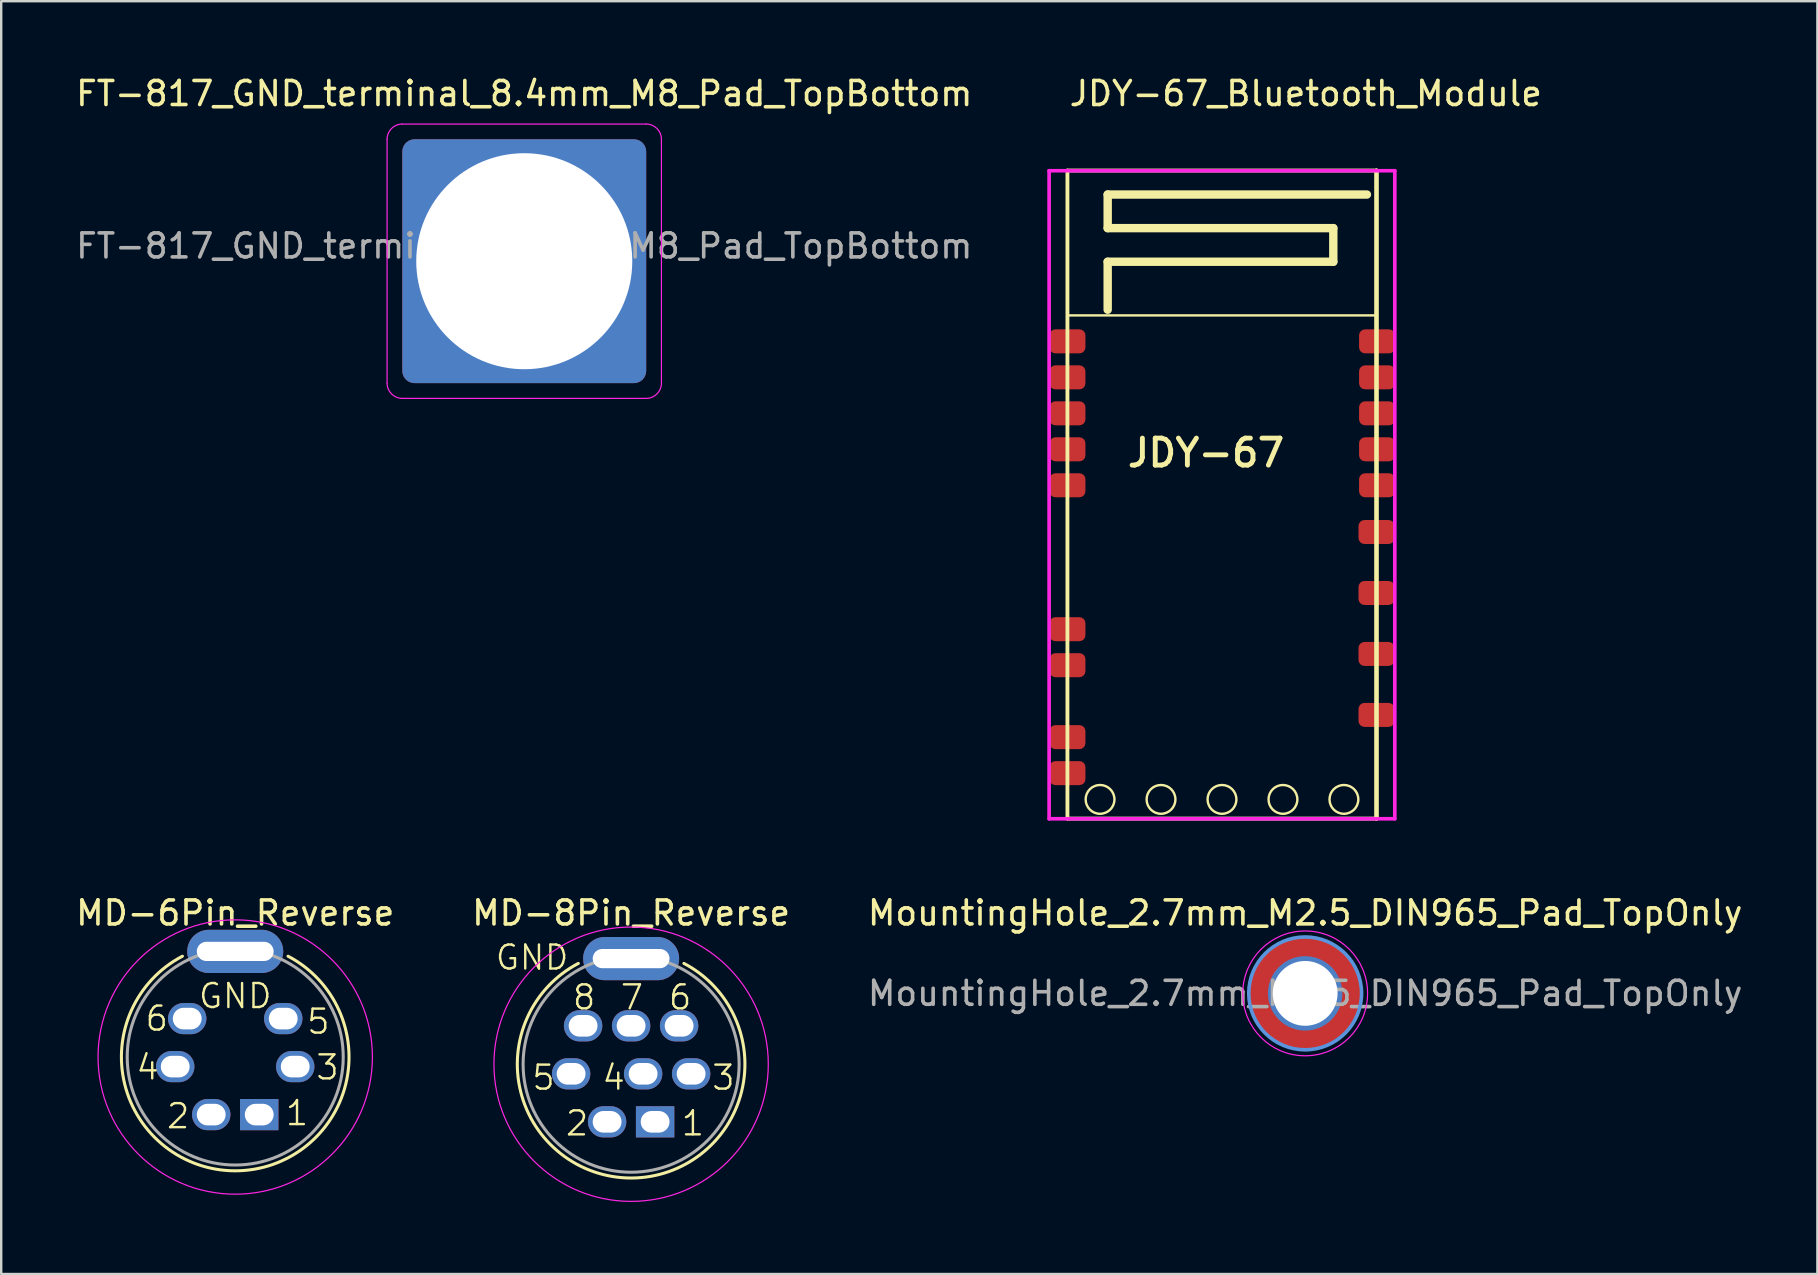
<source format=kicad_pcb>
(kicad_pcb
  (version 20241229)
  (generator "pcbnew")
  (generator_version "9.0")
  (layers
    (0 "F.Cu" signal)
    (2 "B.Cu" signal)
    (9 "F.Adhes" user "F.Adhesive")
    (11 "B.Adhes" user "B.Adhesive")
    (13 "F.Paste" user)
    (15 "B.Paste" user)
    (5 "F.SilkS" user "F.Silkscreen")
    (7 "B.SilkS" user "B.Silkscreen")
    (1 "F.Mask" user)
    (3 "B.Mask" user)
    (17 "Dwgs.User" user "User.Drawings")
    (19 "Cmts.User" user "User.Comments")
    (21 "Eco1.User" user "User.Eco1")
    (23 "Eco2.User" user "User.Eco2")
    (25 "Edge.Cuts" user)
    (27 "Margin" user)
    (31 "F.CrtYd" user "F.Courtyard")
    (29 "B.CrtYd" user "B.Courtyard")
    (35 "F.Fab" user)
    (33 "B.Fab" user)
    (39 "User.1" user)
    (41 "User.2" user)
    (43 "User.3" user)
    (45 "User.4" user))
  (footprint "MD-8Pin_Reverse"
    (layer "F.Cu")
    (at 23.244 41.288)
    (property "Reference" "MD-8Pin_Reverse" (at 0 -6.3 180) (layer "F.SilkS") (effects (font (size 1 1) (thickness 0.15))))
    (attr through_hole)
    (fp_arc (start 2.2 -4.199999) (mid 0 4.741307) (end -2.2 -4.199999) (stroke (width 0.127) (type default)) (layer "F.SilkS"))
    (fp_circle (center 0 0) (end 5.715 0) (stroke (width 0.05) (type default)) (fill no) (layer "F.CrtYd"))
    (fp_circle (center 0 0) (end 4.5 0) (stroke (width 0.127) (type default)) (fill no) (layer "F.Fab"))
    (fp_text user "3" (at 3.302 1.143 0) (unlocked yes) (layer "F.SilkS") (effects (font (size 1 1) (thickness 0.1)) (justify left bottom)))
    (fp_text user "8" (at -2.5 -2.2 0) (unlocked yes) (layer "F.SilkS") (effects (font (size 1 1) (thickness 0.1)) (justify left bottom)))
    (fp_text user "6" (at 1.5 -2.2 0) (unlocked yes) (layer "F.SilkS") (effects (font (size 1 1) (thickness 0.1)) (justify left bottom)))
    (fp_text user "1" (at 2.032 3.048 0) (unlocked yes) (layer "F.SilkS") (effects (font (size 1 1) (thickness 0.1)) (justify left bottom)))
    (fp_text user "4" (at -1.27 1.143 0) (unlocked yes) (layer "F.SilkS") (effects (font (size 1 1) (thickness 0.1)) (justify left bottom)))
    (fp_text user "2" (at -2.794 3.048 0) (unlocked yes) (layer "F.SilkS") (effects (font (size 1 1) (thickness 0.1)) (justify left bottom)))
    (fp_text user "7" (at -0.508 -2.2 0) (unlocked yes) (layer "F.SilkS") (effects (font (size 1 1) (thickness 0.1)) (justify left bottom)))
    (fp_text user "5" (at -4.191 1.143 0) (unlocked yes) (layer "F.SilkS") (effects (font (size 1 1) (thickness 0.1)) (justify left bottom)))
    (fp_text user "GND" (at -5.715 -4.445 0) (unlocked yes) (layer "F.SilkS") (effects (font (size 1 1) (thickness 0.1)) (justify left)))
    (pad "1" thru_hole rect (at 1 2.4) (size 1.6 1.3) (drill oval 1.2 0.9) (layers "*.Cu" "*.Mask"))
    (pad "2" thru_hole oval (at -1 2.4) (size 1.6 1.3) (drill oval 1.2 0.9) (layers "*.Cu" "*.Mask"))
    (pad "3" thru_hole oval (at 2.5 0.4) (size 1.6 1.3) (drill oval 1.2 0.9) (layers "*.Cu" "*.Mask"))
    (pad "4" thru_hole oval (at 0.5 0.4) (size 1.6 1.3) (drill oval 1.2 0.9) (layers "*.Cu" "*.Mask"))
    (pad "5" thru_hole oval (at -2.5 0.4) (size 1.6 1.3) (drill oval 1.2 0.9) (layers "*.Cu" "*.Mask"))
    (pad "6" thru_hole oval (at 2 -1.6) (size 1.6 1.3) (drill oval 1.2 0.9) (layers "*.Cu" "*.Mask"))
    (pad "7" thru_hole oval (at 0 -1.6) (size 1.6 1.3) (drill oval 1.2 0.9) (layers "*.Cu" "*.Mask"))
    (pad "8" thru_hole oval (at -2 -1.6) (size 1.6 1.3) (drill oval 1.2 0.9) (layers "*.Cu" "*.Mask"))
    (pad "9" thru_hole oval (at 0 -4.4) (size 4 1.8) (drill oval 3.2 0.8) (layers "*.Cu" "*.Mask")))
  (footprint "MD-6Pin_Reverse"
    (layer "F.Cu")
    (at 6.75 40.988)
    (property "Reference" "MD-6Pin_Reverse" (at 0 -6 0) (layer "F.SilkS") (effects (font (size 1.001 1.001) (thickness 0.15))))
    (attr through_hole)
    (fp_arc (start 2.2 -4.199999) (mid 0 4.741307) (end -2.2 -4.199999) (stroke (width 0.127) (type default)) (layer "F.SilkS"))
    (fp_circle (center 0 0) (end 5.715 0) (stroke (width 0.05) (type default)) (fill no) (layer "F.CrtYd"))
    (fp_circle (center 0 0) (end 4.5 0) (stroke (width 0.127) (type default)) (fill no) (layer "F.Fab"))
    (fp_text user "1" (at 2.032 2.921 0) (unlocked yes) (layer "F.SilkS") (effects (font (size 1 1) (thickness 0.1)) (justify left bottom)))
    (fp_text user "GND" (at 0 -2.54 0) (unlocked yes) (layer "F.SilkS") (effects (font (size 1 1) (thickness 0.1))))
    (fp_text user "3" (at 3.302 1.016 0) (unlocked yes) (layer "F.SilkS") (effects (font (size 1 1) (thickness 0.1)) (justify left bottom)))
    (fp_text user "2" (at -2.921 3.048 0) (unlocked yes) (layer "F.SilkS") (effects (font (size 1 1) (thickness 0.1)) (justify left bottom)))
    (fp_text user "5" (at 2.921 -0.889 0) (unlocked yes) (layer "F.SilkS") (effects (font (size 1 1) (thickness 0.1)) (justify left bottom)))
    (fp_text user "6" (at -3.81 -1.016 0) (unlocked yes) (layer "F.SilkS") (effects (font (size 1 1) (thickness 0.1)) (justify left bottom)))
    (fp_text user "4" (at -4.191 1.016 0) (unlocked yes) (layer "F.SilkS") (effects (font (size 1 1) (thickness 0.1)) (justify left bottom)))
    (pad "1" thru_hole rect (at 1 2.4) (size 1.6 1.3) (drill oval 1.2 0.9) (layers "*.Cu" "*.Mask"))
    (pad "2" thru_hole oval (at -1 2.4) (size 1.6 1.3) (drill oval 1.2 0.9) (layers "*.Cu" "*.Mask"))
    (pad "3" thru_hole oval (at 2.5 0.4) (size 1.6 1.3) (drill oval 1.2 0.9) (layers "*.Cu" "*.Mask"))
    (pad "4" thru_hole oval (at -2.5 0.4) (size 1.6 1.3) (drill oval 1.2 0.9) (layers "*.Cu" "*.Mask"))
    (pad "5" thru_hole oval (at 2 -1.6) (size 1.6 1.3) (drill oval 1.2 0.9) (layers "*.Cu" "*.Mask"))
    (pad "6" thru_hole oval (at -2 -1.6) (size 1.6 1.3) (drill oval 1.2 0.9) (layers "*.Cu" "*.Mask"))
    (pad "7" thru_hole oval (at 0 -4.4) (size 4 1.8) (drill oval 3.2 0.8) (layers "*.Cu" "*.Mask")))
  (footprint "JDY-67_Bluetooth_Module"
    (layer "F.Cu")
    (at 41.422 4.055)
    (property "Reference" "JDY-67_Bluetooth_Module" (at 0 -3.207 0) (layer "F.SilkS") (effects (font (size 1 1) (thickness 0.15)) (justify left)))
    (attr through_hole)
    (fp_line (start 0 6.036) (end 12.877 6.036) (stroke (width 0.1) (type solid)) (layer "F.SilkS"))
    (fp_line (start 0 27) (end 0 0) (stroke (width 0.16) (type solid)) (layer "F.SilkS"))
    (fp_line (start 1.677 1) (end 1.677 2.4) (stroke (width 0.35) (type solid)) (layer "F.SilkS"))
    (fp_line (start 1.677 2.4) (end 11.077 2.4) (stroke (width 0.35) (type solid)) (layer "F.SilkS"))
    (fp_line (start 1.677 3.8) (end 1.677 5.8) (stroke (width 0.35) (type solid)) (layer "F.SilkS"))
    (fp_line (start 11.077 2.4) (end 11.077 3.8) (stroke (width 0.35) (type solid)) (layer "F.SilkS"))
    (fp_line (start 11.077 3.8) (end 1.677 3.8) (stroke (width 0.35) (type solid)) (layer "F.SilkS"))
    (fp_line (start 12.477 1) (end 1.677 1) (stroke (width 0.35) (type solid)) (layer "F.SilkS"))
    (fp_line (start 12.877 0) (end 0 0) (stroke (width 0.16) (type solid)) (layer "F.SilkS"))
    (fp_line (start 12.877 0) (end 12.877 27) (stroke (width 0.16) (type solid)) (layer "F.SilkS"))
    (fp_line (start 12.877 27) (end 0 27) (stroke (width 0.16) (type solid)) (layer "F.SilkS"))
    (fp_line (start 12.877 27) (end 12.877 0) (stroke (width 0.16) (type solid)) (layer "F.SilkS"))
    (fp_line (start 12.877 27) (end 12.877 0) (stroke (width 0.16) (type solid)) (layer "F.SilkS"))
    (fp_circle (center 1.359 26.2) (end 1.959 26.2) (stroke (width 0.1) (type solid)) (fill no) (layer "F.SilkS"))
    (fp_circle (center 3.899 26.2) (end 4.499 26.2) (stroke (width 0.1) (type solid)) (fill no) (layer "F.SilkS"))
    (fp_circle (center 6.439 26.2) (end 7.039 26.2) (stroke (width 0.1) (type solid)) (fill no) (layer "F.SilkS"))
    (fp_circle (center 8.979 26.2) (end 9.579 26.2) (stroke (width 0.1) (type solid)) (fill no) (layer "F.SilkS"))
    (fp_circle (center 11.519 26.2) (end 12.119 26.2) (stroke (width 0.1) (type solid)) (fill no) (layer "F.SilkS"))
    (fp_line (start -0.763 0.008) (end 13.639 0.008) (stroke (width 0.152) (type solid)) (layer "F.CrtYd"))
    (fp_line (start -0.763 27.008) (end -0.763 0.008) (stroke (width 0.152) (type solid)) (layer "F.CrtYd"))
    (fp_line (start 13.639 0.008) (end 13.639 27.008) (stroke (width 0.152) (type solid)) (layer "F.CrtYd"))
    (fp_line (start 13.639 27.008) (end -0.763 27.008) (stroke (width 0.152) (type solid)) (layer "F.CrtYd"))
    (fp_text user "JDY-67" (at 2.4 11.763 0) (layer "F.SilkS") (effects (font (size 1.125 1.125) (thickness 0.203)) (justify left)))
    (pad "1" smd roundrect (at 0 7.117) (size 1.5 1) (layers "F.Cu" "F.Mask" "F.Paste") (roundrect_rratio 0.25))
    (pad "2" smd roundrect (at 0 8.616) (size 1.5 1) (layers "F.Cu" "F.Mask" "F.Paste") (roundrect_rratio 0.25))
    (pad "3" smd roundrect (at 0 10.115) (size 1.5 1) (layers "F.Cu" "F.Mask" "F.Paste") (roundrect_rratio 0.25))
    (pad "4" smd roundrect (at 0 11.614) (size 1.5 1) (layers "F.Cu" "F.Mask" "F.Paste") (roundrect_rratio 0.25))
    (pad "5" smd roundrect (at 0 13.113) (size 1.5 1) (layers "F.Cu" "F.Mask" "F.Paste") (roundrect_rratio 0.25))
    (pad "9" smd roundrect (at 0 19.109) (size 1.5 1) (layers "F.Cu" "F.Mask" "F.Paste") (roundrect_rratio 0.25))
    (pad "10" smd roundrect (at 0 20.608) (size 1.5 1) (layers "F.Cu" "F.Mask" "F.Paste") (roundrect_rratio 0.25))
    (pad "12" smd roundrect (at 0 23.606) (size 1.5 1) (layers "F.Cu" "F.Mask" "F.Paste") (roundrect_rratio 0.25))
    (pad "13" smd roundrect (at 0 25.105) (size 1.5 1) (layers "F.Cu" "F.Mask" "F.Paste") (roundrect_rratio 0.25))
    (pad "14" smd roundrect (at 12.877 22.68) (size 1.5 1) (layers "F.Cu" "F.Mask" "F.Paste") (roundrect_rratio 0.25))
    (pad "15" smd roundrect (at 12.877 20.14) (size 1.5 1) (layers "F.Cu" "F.Mask" "F.Paste") (roundrect_rratio 0.25))
    (pad "16" smd roundrect (at 12.877 17.6) (size 1.5 1) (layers "F.Cu" "F.Mask" "F.Paste") (roundrect_rratio 0.25))
    (pad "17" smd roundrect (at 12.877 15.06) (size 1.5 1) (layers "F.Cu" "F.Mask" "F.Paste") (roundrect_rratio 0.25))
    (pad "18" smd roundrect (at 12.9 13.113) (size 1.5 1) (layers "F.Cu" "F.Mask" "F.Paste") (roundrect_rratio 0.25))
    (pad "19" smd roundrect (at 12.9 11.614) (size 1.5 1) (layers "F.Cu" "F.Mask" "F.Paste") (roundrect_rratio 0.25))
    (pad "20" smd roundrect (at 12.9 10.115) (size 1.5 1) (layers "F.Cu" "F.Mask" "F.Paste") (roundrect_rratio 0.25))
    (pad "21" smd roundrect (at 12.9 8.616) (size 1.5 1) (layers "F.Cu" "F.Mask" "F.Paste") (roundrect_rratio 0.25))
    (pad "22" smd roundrect (at 12.9 7.117) (size 1.5 1) (layers "F.Cu" "F.Mask" "F.Paste") (roundrect_rratio 0.25)))
  (footprint "FT-817_GND_terminal_8.4mm_M8_Pad_TopBottom"
    (layer "F.Cu")
    (at 18.792 7.833)
    (property "Reference" "FT-817_GND_terminal_8.4mm_M8_Pad_TopBottom" (at 0 -6.985 0) (layer "F.SilkS") (effects (font (size 1 1) (thickness 0.15))))
    (attr exclude_from_pos_files)
    (fp_circle (center 0 0) (end 4.1 0) (stroke (width 0.15) (type solid)) (fill no) (layer "Cmts.User"))
    (fp_line (start -5.715 5.08) (end -5.715 -5.08) (stroke (width 0.05) (type default)) (layer "F.CrtYd"))
    (fp_line (start -5.08 -5.715) (end 5.08 -5.715) (stroke (width 0.05) (type default)) (layer "F.CrtYd"))
    (fp_line (start 5.08 5.715) (end -5.08 5.715) (stroke (width 0.05) (type default)) (layer "F.CrtYd"))
    (fp_line (start 5.715 -5.08) (end 5.715 5.08) (stroke (width 0.05) (type default)) (layer "F.CrtYd"))
    (fp_arc (start -5.715 -5.08) (mid -5.529013 -5.529013) (end -5.08 -5.715) (stroke (width 0.05) (type default)) (layer "F.CrtYd"))
    (fp_arc (start -5.08 5.715) (mid -5.529013 5.529013) (end -5.715 5.08) (stroke (width 0.05) (type default)) (layer "F.CrtYd"))
    (fp_arc (start 5.08 -5.715) (mid 5.529013 -5.529013) (end 5.715 -5.08) (stroke (width 0.05) (type default)) (layer "F.CrtYd"))
    (fp_arc (start 5.715 5.08) (mid 5.529013 5.529013) (end 5.08 5.715) (stroke (width 0.05) (type default)) (layer "F.CrtYd"))
    (fp_text user "${REFERENCE}" (at 0 -0.635 0) (layer "F.Fab") (effects (font (size 1 1) (thickness 0.15))))
    (pad "1" thru_hole circle (at 0 0) (size 10 10) (drill 9) (layers "*.Cu" "*.Mask"))
    (pad "1" connect roundrect (at 0 0) (size 10.16 10.16) (layers "F.Cu" "F.Mask") (roundrect_rratio 0.05))
    (pad "1" connect roundrect (at 0 0) (size 10.16 10.16) (layers "B.Cu" "B.Mask") (roundrect_rratio 0.05)))
  (footprint "MountingHole_2.7mm_M2.5_DIN965_Pad_TopOnly"
    (layer "F.Cu")
    (at 51.327 38.337)
    (property "Reference" "MountingHole_2.7mm_M2.5_DIN965_Pad_TopOnly" (at 0 -3.35 0) (layer "F.SilkS") (effects (font (size 1 1) (thickness 0.15))))
    (attr exclude_from_pos_files)
    (fp_circle (center 0 0) (end 2.35 0) (stroke (width 0.15) (type solid)) (fill no) (layer "Cmts.User"))
    (fp_circle (center 0 0) (end 2.6 0) (stroke (width 0.05) (type solid)) (fill no) (layer "F.CrtYd"))
    (fp_text user "${REFERENCE}" (at 0 0 0) (layer "F.Fab") (effects (font (size 1 1) (thickness 0.15))))
    (pad "1" thru_hole circle (at 0 0 180) (size 3.1 3.1) (drill 2.7) (layers "*.Cu" "*.Mask"))
    (pad "1" connect circle (at 0 0 180) (size 4.7 4.7) (layers "F.Cu" "F.Mask")))
  (gr_rect
    (start -3 -3)
    (end 72.667 50.028)
    (stroke (width 0.1) (type default))
    (fill no)
    (layer "Edge.Cuts")))
</source>
